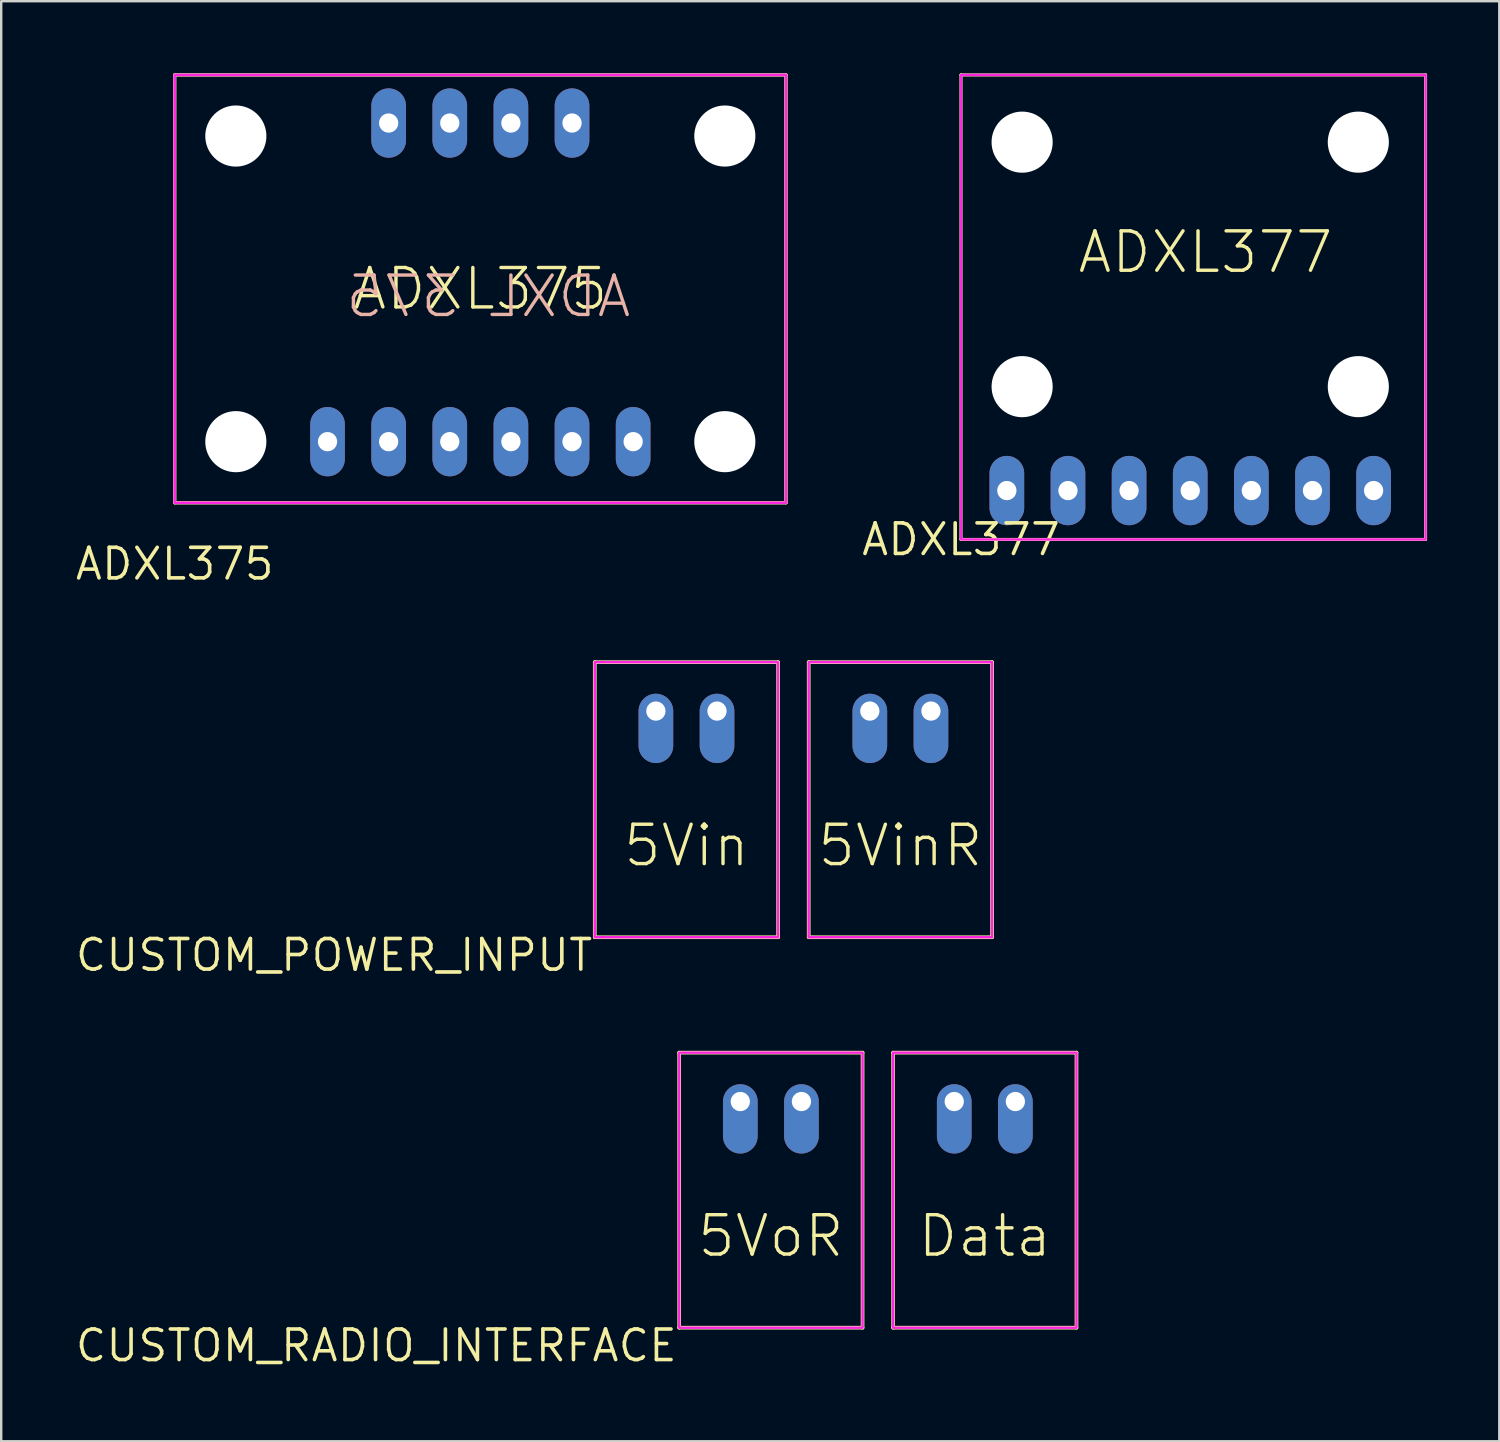
<source format=kicad_pcb>
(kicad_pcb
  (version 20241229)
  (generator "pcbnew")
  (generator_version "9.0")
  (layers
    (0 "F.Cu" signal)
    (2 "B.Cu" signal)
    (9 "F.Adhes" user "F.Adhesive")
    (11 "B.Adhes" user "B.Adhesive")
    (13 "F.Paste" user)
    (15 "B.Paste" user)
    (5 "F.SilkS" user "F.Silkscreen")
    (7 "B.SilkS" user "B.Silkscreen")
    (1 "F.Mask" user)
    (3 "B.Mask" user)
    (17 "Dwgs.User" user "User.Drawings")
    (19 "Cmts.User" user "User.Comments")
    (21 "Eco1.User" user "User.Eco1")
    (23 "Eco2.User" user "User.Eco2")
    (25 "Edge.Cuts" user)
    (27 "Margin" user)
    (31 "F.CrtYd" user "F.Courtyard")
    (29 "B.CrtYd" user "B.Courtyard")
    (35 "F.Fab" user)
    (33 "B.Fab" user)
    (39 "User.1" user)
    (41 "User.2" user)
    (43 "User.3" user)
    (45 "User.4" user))
  (footprint "ADXL375"
    (layer "F.Cu")
    (at 4.21 17.843)
    (property "Reference" "ADXL375" (at 0 2.54 0) (layer "F.SilkS") (effects (font (size 1.27 1.27) (thickness 0.15))))
    (fp_line (start 0 0) (end 0 -17.78) (stroke (width 0.127) (type solid)) (layer "F.SilkS"))
    (fp_line (start 0 0) (end 25.4 0) (stroke (width 0.127) (type solid)) (layer "F.SilkS"))
    (fp_line (start 25.4 -17.78) (end 0 -17.78) (stroke (width 0.127) (type solid)) (layer "F.SilkS"))
    (fp_line (start 25.4 0) (end 25.4 -17.78) (stroke (width 0.127) (type solid)) (layer "F.SilkS"))
    (fp_line (start 0 0) (end 0 -17.78) (stroke (width 0.127) (type solid)) (layer "B.SilkS"))
    (fp_line (start 0 0) (end 25.4 0) (stroke (width 0.127) (type solid)) (layer "B.SilkS"))
    (fp_line (start 25.4 -17.78) (end 0 -17.78) (stroke (width 0.127) (type solid)) (layer "B.SilkS"))
    (fp_line (start 25.4 0) (end 25.4 -17.78) (stroke (width 0.127) (type solid)) (layer "B.SilkS"))
    (fp_poly (pts (xy 0 0) (xy 25.4 0) (xy 25.4 -17.78) (xy 0 -17.78)) (stroke (width 0.1) (type default)) (fill no) (layer "F.CrtYd"))
    (fp_text user "ADXL375" (at 12.7 -8.89 0) (layer "F.SilkS") (effects (font (size 1.636 1.636) (thickness 0.142))))
    (fp_text user "ADXL 375" (at 19.05 -7.62 0) (unlocked yes) (layer "B.SilkS") (effects (font (size 1.636 1.636) (thickness 0.142)) (justify left bottom mirror)))
    (pad "" np_thru_hole circle (at 2.54 -15.24) (size 2.54 2.54) (drill 2.54) (layers "*.Cu" "*.Mask"))
    (pad "" np_thru_hole circle (at 2.54 -2.54) (size 2.54 2.54) (drill 2.54) (layers "*.Cu" "*.Mask"))
    (pad "" np_thru_hole circle (at 22.86 -15.24) (size 2.54 2.54) (drill 2.54) (layers "*.Cu" "*.Mask"))
    (pad "" np_thru_hole circle (at 22.86 -2.54) (size 2.54 2.54) (drill 2.54) (layers "*.Cu" "*.Mask"))
    (pad "3V" thru_hole oval (at 8.89 -2.54 90) (size 2.88 1.44) (drill 0.8) (layers "*.Cu" "*.Mask"))
    (pad "CS" thru_hole oval (at 16.51 -15.78 90) (size 2.88 1.44) (drill 0.8) (layers "*.Cu" "*.Mask"))
    (pad "GND" thru_hole oval (at 8.89 -15.78 90) (size 2.88 1.44) (drill 0.8) (layers "*.Cu" "*.Mask"))
    (pad "GND" thru_hole oval (at 11.43 -2.54 90) (size 2.88 1.44) (drill 0.8) (layers "*.Cu" "*.Mask"))
    (pad "INT1" thru_hole oval (at 19.05 -2.54 90) (size 2.88 1.44) (drill 0.8) (layers "*.Cu" "*.Mask"))
    (pad "INT2" thru_hole oval (at 11.43 -15.78 90) (size 2.88 1.44) (drill 0.8) (layers "*.Cu" "*.Mask"))
    (pad "SCL" thru_hole oval (at 13.97 -2.54 90) (size 2.88 1.44) (drill 0.8) (layers "*.Cu" "*.Mask"))
    (pad "SDIO" thru_hole oval (at 16.51 -2.54 90) (size 2.88 1.44) (drill 0.8) (layers "*.Cu" "*.Mask"))
    (pad "SDO" thru_hole oval (at 13.97 -15.78 90) (size 2.88 1.44) (drill 0.8) (layers "*.Cu" "*.Mask"))
    (pad "VIN" thru_hole oval (at 6.35 -2.54 90) (size 2.88 1.44) (drill 0.8) (layers "*.Cu" "*.Mask")))
  (footprint "CUSTOM_RADIO_INTERFACE"
    (layer "F.Cu")
    (at 25.173 52.122)
    (property "Reference" "CUSTOM_RADIO_INTERFACE" (at 0 0 0) (layer "F.SilkS") (effects (font (size 1.27 1.27) (thickness 0.15)) (justify right top)))
    (fp_line (start 0 -11.43) (end 0 0) (stroke (width 0.152) (type solid)) (layer "F.SilkS"))
    (fp_line (start 0 0) (end 7.62 0) (stroke (width 0.152) (type solid)) (layer "F.SilkS"))
    (fp_line (start 7.62 -11.43) (end 0 -11.43) (stroke (width 0.152) (type solid)) (layer "F.SilkS"))
    (fp_line (start 7.62 0) (end 7.62 -11.43) (stroke (width 0.152) (type solid)) (layer "F.SilkS"))
    (fp_line (start 8.89 -11.43) (end 8.89 0) (stroke (width 0.152) (type solid)) (layer "F.SilkS"))
    (fp_line (start 8.89 0) (end 16.51 0) (stroke (width 0.152) (type solid)) (layer "F.SilkS"))
    (fp_line (start 16.51 -11.43) (end 8.89 -11.43) (stroke (width 0.152) (type solid)) (layer "F.SilkS"))
    (fp_line (start 16.51 0) (end 16.51 -11.43) (stroke (width 0.152) (type solid)) (layer "F.SilkS"))
    (fp_poly (pts (xy 0 0) (xy 7.62 0) (xy 7.62 -11.43) (xy 0 -11.43)) (stroke (width 0.1) (type default)) (fill no) (layer "F.CrtYd"))
    (fp_poly (pts (xy 8.89 0) (xy 16.51 0) (xy 16.51 -11.43) (xy 8.89 -11.43)) (stroke (width 0.1) (type default)) (fill no) (layer "F.CrtYd"))
    (fp_text user "Data" (at 12.7 -3.81 0) (layer "F.SilkS") (effects (font (size 1.636 1.636) (thickness 0.142))))
    (fp_text user "5VoR" (at 3.81 -3.81 0) (layer "F.SilkS") (effects (font (size 1.636 1.636) (thickness 0.142))))
    (pad "5V" thru_hole oval (at 5.08 -9.398 270) (size 2.88 1.44) (drill 0.8 (offset 0.72 0)) (layers "*.Cu" "*.Mask"))
    (pad "GND" thru_hole oval (at 2.54 -9.398 270) (size 2.88 1.44) (drill 0.8 (offset 0.72 0)) (layers "*.Cu" "*.Mask"))
    (pad "RX" thru_hole oval (at 13.97 -9.398 270) (size 2.88 1.44) (drill 0.8 (offset 0.72 0)) (layers "*.Cu" "*.Mask"))
    (pad "TX" thru_hole oval (at 11.43 -9.398 270) (size 2.88 1.44) (drill 0.8 (offset 0.72 0)) (layers "*.Cu" "*.Mask")))
  (footprint "ADXL377"
    (layer "F.Cu")
    (at 36.884 19.367)
    (property "Reference" "ADXL377" (at 0 0 0) (layer "F.SilkS") (effects (font (size 1.27 1.27) (thickness 0.15))))
    (fp_line (start 0 -19.304) (end 0 0) (stroke (width 0.127) (type solid)) (layer "F.SilkS"))
    (fp_line (start 0 0) (end 19.304 0) (stroke (width 0.127) (type solid)) (layer "F.SilkS"))
    (fp_line (start 19.304 -19.304) (end 0 -19.304) (stroke (width 0.127) (type solid)) (layer "F.SilkS"))
    (fp_line (start 19.304 0) (end 19.304 -19.304) (stroke (width 0.127) (type solid)) (layer "F.SilkS"))
    (fp_poly (pts (xy 0 0) (xy 19.304 0) (xy 19.304 -19.304) (xy 0 -19.304)) (stroke (width 0.1) (type default)) (fill no) (layer "F.CrtYd"))
    (fp_text user "ADXL377" (at 10.16 -11.938 0) (layer "F.SilkS") (effects (font (size 1.636 1.636) (thickness 0.142))))
    (pad "" np_thru_hole circle (at 2.54 -16.51) (size 2.54 2.54) (drill 2.54) (layers "*.Cu" "*.Mask"))
    (pad "" np_thru_hole circle (at 2.54 -6.35) (size 2.54 2.54) (drill 2.54) (layers "*.Cu" "*.Mask"))
    (pad "" np_thru_hole circle (at 16.51 -16.51) (size 2.54 2.54) (drill 2.54) (layers "*.Cu" "*.Mask"))
    (pad "" np_thru_hole circle (at 16.51 -6.35) (size 2.54 2.54) (drill 2.54) (layers "*.Cu" "*.Mask"))
    (pad "3V" thru_hole oval (at 4.445 -2.032 90) (size 2.88 1.44) (drill 0.8) (layers "*.Cu" "*.Mask"))
    (pad "GND" thru_hole oval (at 6.985 -2.032 90) (size 2.88 1.44) (drill 0.8) (layers "*.Cu" "*.Mask"))
    (pad "T" thru_hole oval (at 9.525 -2.032 90) (size 2.88 1.44) (drill 0.8) (layers "*.Cu" "*.Mask"))
    (pad "VIN" thru_hole oval (at 1.905 -2.032 90) (size 2.88 1.44) (drill 0.8) (layers "*.Cu" "*.Mask"))
    (pad "X" thru_hole oval (at 17.145 -2.032 90) (size 2.88 1.44) (drill 0.8) (layers "*.Cu" "*.Mask"))
    (pad "Y" thru_hole oval (at 14.605 -2.032 90) (size 2.88 1.44) (drill 0.8) (layers "*.Cu" "*.Mask"))
    (pad "Z" thru_hole oval (at 12.065 -2.032 90) (size 2.88 1.44) (drill 0.8) (layers "*.Cu" "*.Mask")))
  (footprint "CUSTOM_POWER_INPUT"
    (layer "F.Cu")
    (at 21.665 35.896)
    (property "Reference" "CUSTOM_POWER_INPUT" (at 0 0 0) (layer "F.SilkS") (effects (font (size 1.27 1.27) (thickness 0.15)) (justify right top)))
    (fp_line (start 0 -11.43) (end 0 0) (stroke (width 0.152) (type solid)) (layer "F.SilkS"))
    (fp_line (start 0 0) (end 7.62 0) (stroke (width 0.152) (type solid)) (layer "F.SilkS"))
    (fp_line (start 7.62 -11.43) (end 0 -11.43) (stroke (width 0.152) (type solid)) (layer "F.SilkS"))
    (fp_line (start 7.62 0) (end 7.62 -11.43) (stroke (width 0.152) (type solid)) (layer "F.SilkS"))
    (fp_line (start 8.89 -11.43) (end 8.89 0) (stroke (width 0.152) (type solid)) (layer "F.SilkS"))
    (fp_line (start 8.89 0) (end 16.51 0) (stroke (width 0.152) (type solid)) (layer "F.SilkS"))
    (fp_line (start 16.51 -11.43) (end 8.89 -11.43) (stroke (width 0.152) (type solid)) (layer "F.SilkS"))
    (fp_line (start 16.51 0) (end 16.51 -11.43) (stroke (width 0.152) (type solid)) (layer "F.SilkS"))
    (fp_poly (pts (xy 0 0) (xy 7.62 0) (xy 7.62 -11.43) (xy 0 -11.43)) (stroke (width 0.1) (type default)) (fill no) (layer "F.CrtYd"))
    (fp_poly (pts (xy 8.89 0) (xy 16.51 0) (xy 16.51 -11.43) (xy 8.89 -11.43)) (stroke (width 0.1) (type default)) (fill no) (layer "F.CrtYd"))
    (fp_text user "5VinR" (at 12.7 -3.81 0) (layer "F.SilkS") (effects (font (size 1.636 1.636) (thickness 0.142))))
    (fp_text user "5Vin" (at 3.81 -3.81 0) (layer "F.SilkS") (effects (font (size 1.636 1.636) (thickness 0.142))))
    (pad "5V" thru_hole oval (at 5.08 -9.398 270) (size 2.88 1.44) (drill 0.8 (offset 0.72 0)) (layers "*.Cu" "*.Mask"))
    (pad "GND" thru_hole oval (at 2.54 -9.398 270) (size 2.88 1.44) (drill 0.8 (offset 0.72 0)) (layers "*.Cu" "*.Mask"))
    (pad "RFD_5V" thru_hole oval (at 13.97 -9.398 270) (size 2.88 1.44) (drill 0.8 (offset 0.72 0)) (layers "*.Cu" "*.Mask"))
    (pad "RFD_GND" thru_hole oval (at 11.43 -9.398 270) (size 2.88 1.44) (drill 0.8 (offset 0.72 0)) (layers "*.Cu" "*.Mask")))
  (gr_rect
    (start -3 -3)
    (end 59.252 56.842)
    (stroke (width 0.1) (type default))
    (fill no)
    (layer "Edge.Cuts")))
</source>
